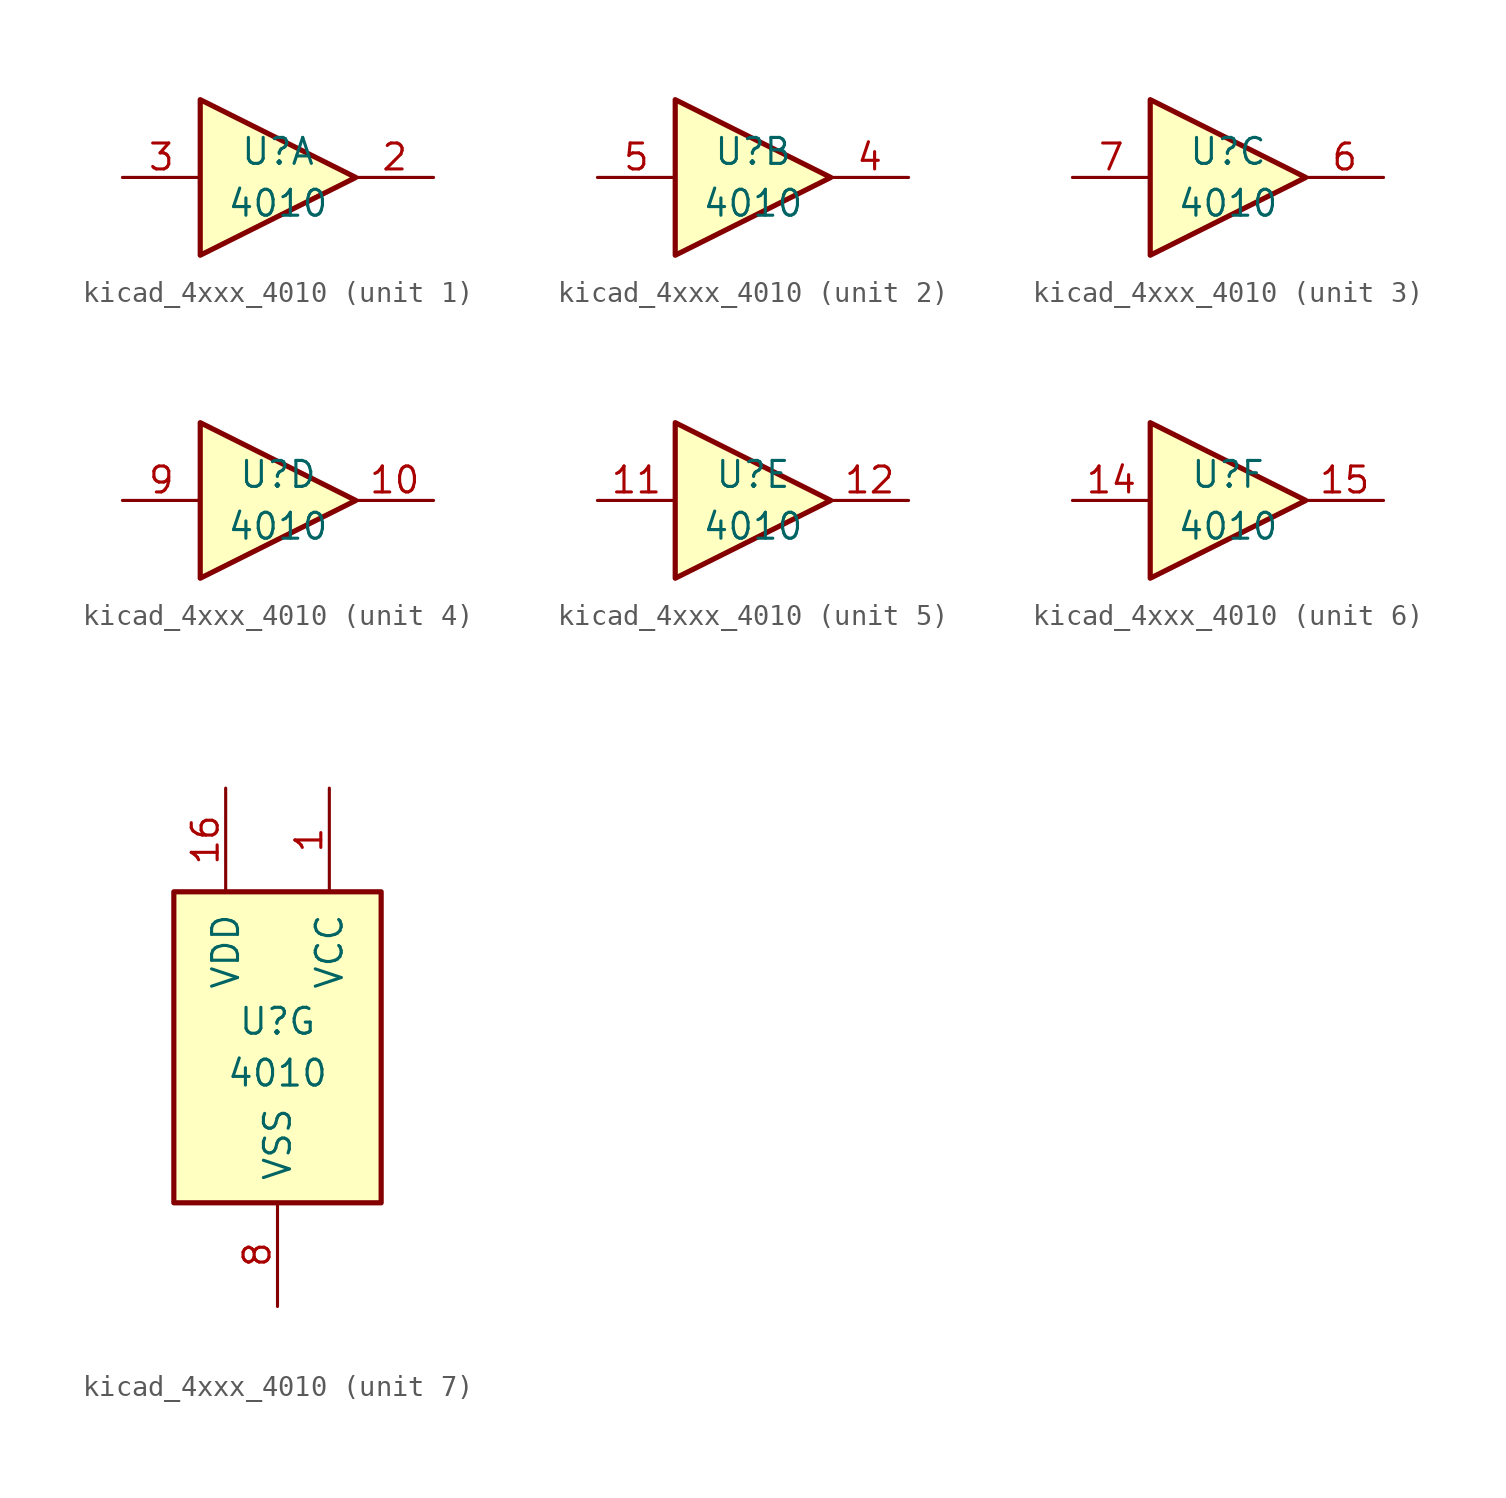
<source format=kicad_sym>
(kicad_symbol_lib
  (version 20220914)
  (generator kicad_symbol_editor)
  (symbol "kicad_4xxx_4010"
    (pin_names
      (offset 1.016))
    (property "Reference" "U"
      (at 0 1.27 0)
      (effects (font (size 1.27 1.27))))
    (property "Value" "4010"
      (at 0 -1.27 0)
      (effects (font (size 1.27 1.27))))
    (property "ki_locked" ""
      (at 0 0 0)
      (effects (font (size 1.27 1.27))))
    (symbol "kicad_4xxx_4010_1_0"
      (polyline (pts (xy -3.81 3.81) (xy -3.81 -3.81) (xy 3.81 0) (xy -3.81 3.81)) (stroke (width 0.254) (type default)) (fill (type background)))
      (pin output line (at 7.62 0 180) (length 3.81) (name "~" (effects (font (size 1.27 1.27)))) (number "2" (effects (font (size 1.27 1.27)))))
      (pin input line (at -7.62 0 0) (length 3.81) (name "~" (effects (font (size 1.27 1.27)))) (number "3" (effects (font (size 1.27 1.27))))))
    (symbol "kicad_4xxx_4010_2_0"
      (polyline (pts (xy -3.81 3.81) (xy -3.81 -3.81) (xy 3.81 0) (xy -3.81 3.81)) (stroke (width 0.254) (type default)) (fill (type background)))
      (pin output line (at 7.62 0 180) (length 3.81) (name "~" (effects (font (size 1.27 1.27)))) (number "4" (effects (font (size 1.27 1.27)))))
      (pin input line (at -7.62 0 0) (length 3.81) (name "~" (effects (font (size 1.27 1.27)))) (number "5" (effects (font (size 1.27 1.27))))))
    (symbol "kicad_4xxx_4010_3_0"
      (polyline (pts (xy -3.81 3.81) (xy -3.81 -3.81) (xy 3.81 0) (xy -3.81 3.81)) (stroke (width 0.254) (type default)) (fill (type background)))
      (pin output line (at 7.62 0 180) (length 3.81) (name "~" (effects (font (size 1.27 1.27)))) (number "6" (effects (font (size 1.27 1.27)))))
      (pin input line (at -7.62 0 0) (length 3.81) (name "~" (effects (font (size 1.27 1.27)))) (number "7" (effects (font (size 1.27 1.27))))))
    (symbol "kicad_4xxx_4010_4_0"
      (polyline (pts (xy -3.81 3.81) (xy -3.81 -3.81) (xy 3.81 0) (xy -3.81 3.81)) (stroke (width 0.254) (type default)) (fill (type background)))
      (pin output line (at 7.62 0 180) (length 3.81) (name "~" (effects (font (size 1.27 1.27)))) (number "10" (effects (font (size 1.27 1.27)))))
      (pin input line (at -7.62 0 0) (length 3.81) (name "~" (effects (font (size 1.27 1.27)))) (number "9" (effects (font (size 1.27 1.27))))))
    (symbol "kicad_4xxx_4010_5_0"
      (polyline (pts (xy -3.81 3.81) (xy -3.81 -3.81) (xy 3.81 0) (xy -3.81 3.81)) (stroke (width 0.254) (type default)) (fill (type background)))
      (pin input line (at -7.62 0 0) (length 3.81) (name "~" (effects (font (size 1.27 1.27)))) (number "11" (effects (font (size 1.27 1.27)))))
      (pin output line (at 7.62 0 180) (length 3.81) (name "~" (effects (font (size 1.27 1.27)))) (number "12" (effects (font (size 1.27 1.27))))))
    (symbol "kicad_4xxx_4010_6_0"
      (polyline (pts (xy -3.81 3.81) (xy -3.81 -3.81) (xy 3.81 0) (xy -3.81 3.81)) (stroke (width 0.254) (type default)) (fill (type background)))
      (pin input line (at -7.62 0 0) (length 3.81) (name "~" (effects (font (size 1.27 1.27)))) (number "14" (effects (font (size 1.27 1.27)))))
      (pin output line (at 7.62 0 180) (length 3.81) (name "~" (effects (font (size 1.27 1.27)))) (number "15" (effects (font (size 1.27 1.27))))))
    (symbol "kicad_4xxx_4010_7_0"
      (pin power_in line (at 2.54 12.7 270) (length 5.08) (name "VCC" (effects (font (size 1.27 1.27)))) (number "1" (effects (font (size 1.27 1.27)))))
      (pin power_in line (at -2.54 12.7 270) (length 5.08) (name "VDD" (effects (font (size 1.27 1.27)))) (number "16" (effects (font (size 1.27 1.27)))))
      (pin power_in line (at 0 -12.7 90) (length 5.08) (name "VSS" (effects (font (size 1.27 1.27)))) (number "8" (effects (font (size 1.27 1.27))))))
    (symbol "kicad_4xxx_4010_7_1"
      (rectangle (start -5.08 7.62) (end 5.08 -7.62) (stroke (width 0.254) (type default)) (fill (type background))))))
</source>
